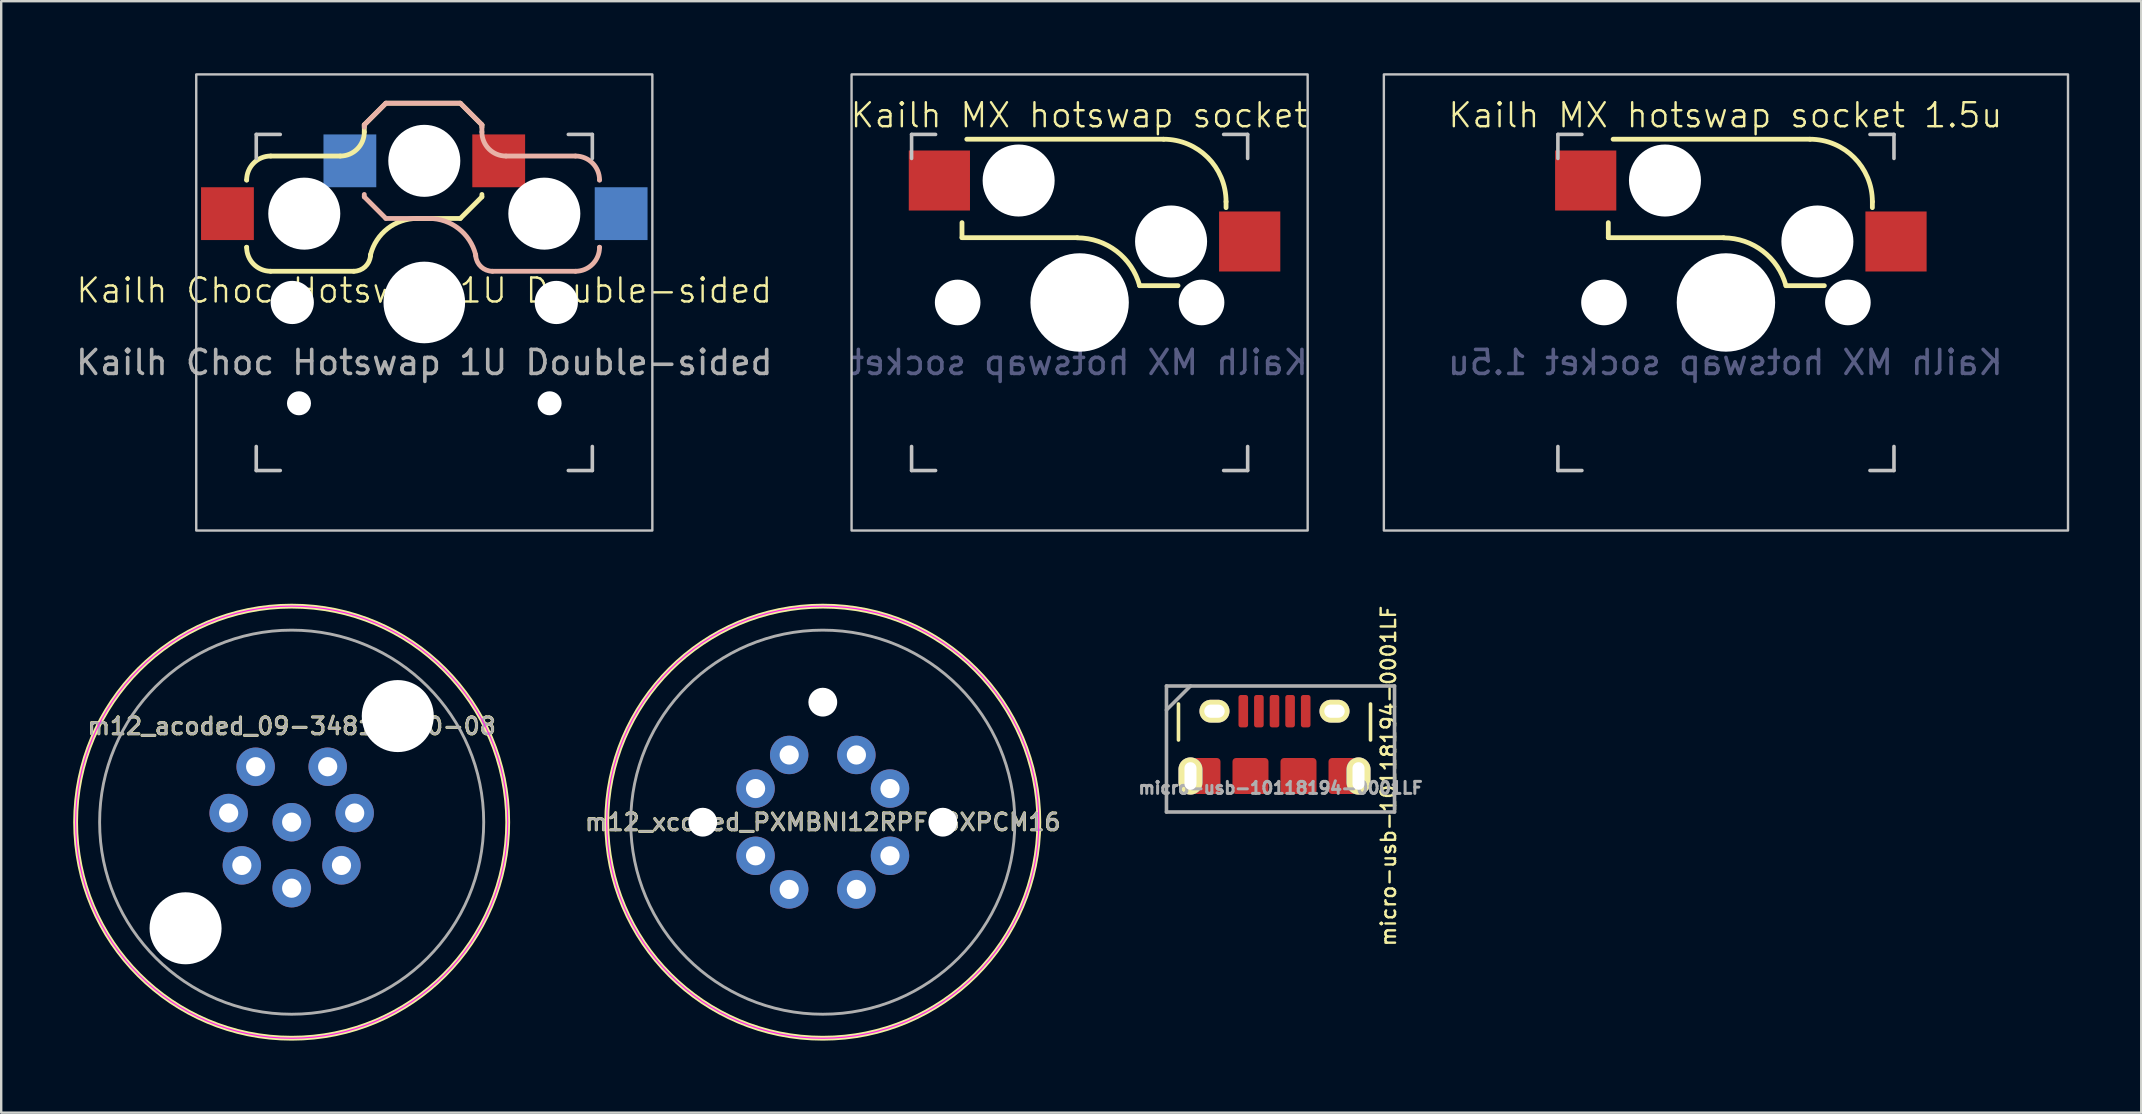
<source format=kicad_pcb>
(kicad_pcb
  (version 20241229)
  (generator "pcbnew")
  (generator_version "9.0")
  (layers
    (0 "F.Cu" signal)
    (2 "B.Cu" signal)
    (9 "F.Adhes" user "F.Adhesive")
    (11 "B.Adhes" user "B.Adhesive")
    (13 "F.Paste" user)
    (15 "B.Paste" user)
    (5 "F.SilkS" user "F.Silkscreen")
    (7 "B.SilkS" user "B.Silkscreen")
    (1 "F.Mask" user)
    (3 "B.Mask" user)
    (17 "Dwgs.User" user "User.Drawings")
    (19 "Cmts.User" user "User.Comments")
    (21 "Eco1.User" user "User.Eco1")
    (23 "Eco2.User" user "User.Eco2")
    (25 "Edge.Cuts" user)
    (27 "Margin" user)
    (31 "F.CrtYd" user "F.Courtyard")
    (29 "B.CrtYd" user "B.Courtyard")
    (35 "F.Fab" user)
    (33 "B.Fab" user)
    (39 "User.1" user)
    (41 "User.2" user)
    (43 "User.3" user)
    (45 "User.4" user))
  (footprint "Kailh Choc Hotswap 1U Double-sided"
    (layer "F.Cu")
    (at 14.625 9.55)
    (property "Reference" "Kailh Choc Hotswap 1U Double-sided" (at 0 -0.5 0) (unlocked yes) (layer "F.SilkS") (effects (font (size 1 1) (thickness 0.1))))
    (attr smd)
    (fp_line (start -7.4 -5.1) (end -7.4 -5.1) (stroke (width 0.2) (type default)) (layer "F.SilkS"))
    (fp_line (start -7.4 -2.3) (end -7.4 -2.3) (stroke (width 0.2) (type default)) (layer "F.SilkS"))
    (fp_line (start -6.4 -1.3) (end -2.941 -1.3) (stroke (width 0.2) (type default)) (layer "F.SilkS"))
    (fp_line (start -3.5 -6.1) (end -6.4 -6.1) (stroke (width 0.2) (type default)) (layer "F.SilkS"))
    (fp_line (start -2.5 -7.4) (end -2.5 -7.1) (stroke (width 0.2) (type default)) (layer "F.SilkS"))
    (fp_line (start -2.244 -1.938) (end -2.239 -1.99) (stroke (width 0.2) (type default)) (layer "F.SilkS"))
    (fp_line (start -1.6 -8.3) (end -2.5 -7.4) (stroke (width 0.2) (type default)) (layer "F.SilkS"))
    (fp_line (start -0.3 -3.5) (end 1.5 -3.5) (stroke (width 0.2) (type default)) (layer "F.SilkS"))
    (fp_line (start 1.5 -8.3) (end -1.6 -8.3) (stroke (width 0.2) (type default)) (layer "F.SilkS"))
    (fp_line (start 1.5 -3.5) (end 2.4 -4.4) (stroke (width 0.2) (type default)) (layer "F.SilkS"))
    (fp_line (start 2.4 -7.4) (end 1.5 -8.3) (stroke (width 0.2) (type default)) (layer "F.SilkS"))
    (fp_line (start 2.4 -7.3) (end 2.4 -7.4) (stroke (width 0.2) (type default)) (layer "F.SilkS"))
    (fp_line (start 2.4 -4.4) (end 2.4 -4.5) (stroke (width 0.2) (type default)) (layer "F.SilkS"))
    (fp_arc (start -7.4 -5.1) (mid -7.107107 -5.807107) (end -6.4 -6.1) (stroke (width 0.2) (type default)) (layer "F.SilkS"))
    (fp_arc (start -6.4 -1.3) (mid -7.107107 -1.592893) (end -7.4 -2.3) (stroke (width 0.2) (type default)) (layer "F.SilkS"))
    (fp_arc (start -2.5 -7.1) (mid -2.792893 -6.392893) (end -3.5 -6.1) (stroke (width 0.2) (type default)) (layer "F.SilkS"))
    (fp_arc (start -2.24358 -1.938374) (mid -2.468177 -1.483697) (end -2.940862 -1.3) (stroke (width 0.2) (type default)) (layer "F.SilkS"))
    (fp_arc (start -2.239002 -1.990174) (mid -1.52875 -3.078029) (end -0.3 -3.5) (stroke (width 0.2) (type default)) (layer "F.SilkS"))
    (fp_line (start -2.5 -7.4) (end -1.6 -8.3) (stroke (width 0.2) (type default)) (layer "B.SilkS"))
    (fp_line (start -2.5 -7.3) (end -2.5 -7.4) (stroke (width 0.2) (type default)) (layer "B.SilkS"))
    (fp_line (start -2.5 -4.4) (end -2.5 -4.5) (stroke (width 0.2) (type default)) (layer "B.SilkS"))
    (fp_line (start -1.6 -8.3) (end 1.5 -8.3) (stroke (width 0.2) (type default)) (layer "B.SilkS"))
    (fp_line (start -1.6 -3.5) (end -2.5 -4.4) (stroke (width 0.2) (type default)) (layer "B.SilkS"))
    (fp_line (start 0.2 -3.5) (end -1.6 -3.5) (stroke (width 0.2) (type default)) (layer "B.SilkS"))
    (fp_line (start 1.5 -8.3) (end 2.4 -7.4) (stroke (width 0.2) (type default)) (layer "B.SilkS"))
    (fp_line (start 2.144 -1.938) (end 2.139 -1.99) (stroke (width 0.2) (type default)) (layer "B.SilkS"))
    (fp_line (start 2.4 -7.4) (end 2.4 -7.1) (stroke (width 0.2) (type default)) (layer "B.SilkS"))
    (fp_line (start 3.4 -6.1) (end 6.3 -6.1) (stroke (width 0.2) (type default)) (layer "B.SilkS"))
    (fp_line (start 6.3 -1.3) (end 2.841 -1.3) (stroke (width 0.2) (type default)) (layer "B.SilkS"))
    (fp_line (start 7.3 -5.1) (end 7.3 -5.1) (stroke (width 0.2) (type default)) (layer "B.SilkS"))
    (fp_line (start 7.3 -2.3) (end 7.3 -2.3) (stroke (width 0.2) (type default)) (layer "B.SilkS"))
    (fp_arc (start 0.2 -3.5) (mid 1.42875 -3.078029) (end 2.139002 -1.990174) (stroke (width 0.2) (type default)) (layer "B.SilkS"))
    (fp_arc (start 2.840862 -1.3) (mid 2.368177 -1.483697) (end 2.14358 -1.938374) (stroke (width 0.2) (type default)) (layer "B.SilkS"))
    (fp_arc (start 3.4 -6.1) (mid 2.692893 -6.392893) (end 2.4 -7.1) (stroke (width 0.2) (type default)) (layer "B.SilkS"))
    (fp_arc (start 6.3 -6.1) (mid 7.007107 -5.807107) (end 7.3 -5.1) (stroke (width 0.2) (type default)) (layer "B.SilkS"))
    (fp_arc (start 7.3 -2.3) (mid 7.007107 -1.592893) (end 6.3 -1.3) (stroke (width 0.2) (type default)) (layer "B.SilkS"))
    (fp_line (start -7 -7) (end -7 -6) (stroke (width 0.15) (type solid)) (layer "Dwgs.User"))
    (fp_line (start -7 6) (end -7 7) (stroke (width 0.15) (type solid)) (layer "Dwgs.User"))
    (fp_line (start -7 7) (end -6 7) (stroke (width 0.15) (type solid)) (layer "Dwgs.User"))
    (fp_line (start -6 -7) (end -7 -7) (stroke (width 0.15) (type solid)) (layer "Dwgs.User"))
    (fp_line (start 6 -7) (end 7 -7) (stroke (width 0.15) (type solid)) (layer "Dwgs.User"))
    (fp_line (start 7 -7) (end 7 -6) (stroke (width 0.15) (type solid)) (layer "Dwgs.User"))
    (fp_line (start 7 6) (end 7 7) (stroke (width 0.15) (type solid)) (layer "Dwgs.User"))
    (fp_line (start 7 7) (end 6 7) (stroke (width 0.15) (type solid)) (layer "Dwgs.User"))
    (fp_rect (start -9.5 -9.5) (end 9.5 9.5) (stroke (width 0.1) (type default)) (fill no) (layer "Dwgs.User"))
    (fp_text user "${REFERENCE}" (at 0 2.5 0) (unlocked yes) (layer "F.Fab") (effects (font (size 1 1) (thickness 0.15))))
    (pad "" np_thru_hole circle (at -5.5 0 270) (size 1.8 1.8) (drill 1.8) (layers "*.Cu" "*.Mask"))
    (pad "" np_thru_hole circle (at -5.22 4.2) (size 1 1) (drill 1) (layers "*.Cu" "*.Mask"))
    (pad "" np_thru_hole circle (at -5 -3.7 90) (size 3 3) (drill 3) (layers "*.Cu" "*.Mask"))
    (pad "" np_thru_hole circle (at 0 -5.9 270) (size 3 3) (drill 3) (layers "*.Cu" "*.Mask"))
    (pad "" np_thru_hole circle (at 0 0 270) (size 3.4 3.4) (drill 3.4) (layers "*.Cu" "*.Mask"))
    (pad "" np_thru_hole circle (at 5 -3.7 270) (size 3 3) (drill 3) (layers "*.Cu" "*.Mask"))
    (pad "" np_thru_hole circle (at 5.22 4.2) (size 1 1) (drill 1) (layers "*.Cu" "*.Mask"))
    (pad "" np_thru_hole circle (at 5.5 0 270) (size 1.8 1.8) (drill 1.8) (layers "*.Cu" "*.Mask"))
    (pad "1" smd rect (at -8.2 -3.7) (size 2.2 2.2) (layers "F.Cu" "F.Mask" "F.Paste"))
    (pad "1" smd rect (at 8.2 -3.7) (size 2.2 2.2) (layers "B.Cu" "B.Mask" "B.Paste"))
    (pad "2" smd rect (at -3.1 -5.9) (size 2.2 2.2) (layers "B.Cu" "B.Mask" "B.Paste"))
    (pad "2" smd rect (at 3.1 -5.9) (size 2.2 2.2) (layers "F.Cu" "F.Mask" "F.Paste")))
  (footprint "m12_xcoded_PXMBNI12RPF08XPCM16"
    (layer "F.Cu")
    (at 31.225 31.2)
    (property "Reference" "m12_xcoded_PXMBNI12RPF08XPCM16" (at 0 0 0) (layer "F.SilkS") (effects (font (size 0.7 0.7) (thickness 0.13))))
    (property "Value" "${VALUE}" (at 0 4 0) (layer "F.Fab") (hide yes) (effects (font (size 0.5 0.5) (thickness 0.07))))
    (attr through_hole)
    (fp_circle (center 0 0) (end 9 0) (stroke (width 0.2) (type solid)) (fill no) (layer "F.SilkS"))
    (fp_circle (center 0 0) (end 9 0) (stroke (width 0.05) (type solid)) (fill no) (layer "F.CrtYd"))
    (fp_circle (center 0 0) (end 8 0) (stroke (width 0.12) (type solid)) (fill no) (layer "F.Fab"))
    (fp_text user "${REFERENCE}" (at 0 0 0) (layer "F.Fab") (effects (font (size 0.7 0.7) (thickness 0.1))))
    (pad "" np_thru_hole circle (at -5 0) (size 1.2 1.2) (drill 1.2) (layers "*.Cu" "*.Mask"))
    (pad "" np_thru_hole circle (at 0 -5) (size 1.2 1.2) (drill 1.2) (layers "*.Cu" "*.Mask"))
    (pad "" np_thru_hole circle (at 5 0) (size 1.2 1.2) (drill 1.2) (layers "*.Cu" "*.Mask"))
    (pad "1" thru_hole circle (at 1.4 -2.8 270) (size 1.6 1.6) (drill 0.8) (layers "*.Cu" "*.Mask"))
    (pad "2" thru_hole circle (at 2.8 -1.4 270) (size 1.6 1.6) (drill 0.8) (layers "*.Cu" "*.Mask"))
    (pad "3" thru_hole circle (at 2.8 1.4 270) (size 1.6 1.6) (drill 0.8) (layers "*.Cu" "*.Mask"))
    (pad "4" thru_hole circle (at 1.4 2.8 270) (size 1.6 1.6) (drill 0.8) (layers "*.Cu" "*.Mask"))
    (pad "5" thru_hole circle (at -1.4 2.8 270) (size 1.6 1.6) (drill 0.8) (layers "*.Cu" "*.Mask"))
    (pad "6" thru_hole circle (at -2.8 1.4 270) (size 1.6 1.6) (drill 0.8) (layers "*.Cu" "*.Mask"))
    (pad "7" thru_hole circle (at -2.8 -1.4 270) (size 1.6 1.6) (drill 0.8) (layers "*.Cu" "*.Mask"))
    (pad "8" thru_hole circle (at -1.4 -2.8 270) (size 1.6 1.6) (drill 0.8) (layers "*.Cu" "*.Mask")))
  (footprint "m12_acoded_09-3481-500-08"
    (layer "F.Cu")
    (at 9.1 31.2)
    (property "Reference" "m12_acoded_09-3481-500-08" (at 0 -4 0) (layer "F.SilkS") (effects (font (size 0.7 0.7) (thickness 0.13))))
    (property "Value" "${VALUE}" (at 0 4 0) (layer "F.Fab") (hide yes) (effects (font (size 0.5 0.5) (thickness 0.07))))
    (attr through_hole)
    (fp_circle (center 0 0) (end 9 0) (stroke (width 0.2) (type solid)) (fill no) (layer "F.SilkS"))
    (fp_circle (center 0 0) (end 9 0) (stroke (width 0.05) (type solid)) (fill no) (layer "F.CrtYd"))
    (fp_circle (center 0 0) (end 8 0) (stroke (width 0.12) (type solid)) (fill no) (layer "F.Fab"))
    (fp_text user "${REFERENCE}" (at 0 -4 0) (layer "F.Fab") (effects (font (size 0.7 0.7) (thickness 0.1))))
    (pad "" np_thru_hole circle (at -4.42 4.42 270) (size 3 3) (drill 3) (layers "*.Cu" "*.Mask"))
    (pad "" np_thru_hole circle (at 4.42 -4.42 270) (size 3 3) (drill 3) (layers "*.Cu" "*.Mask"))
    (pad "1" thru_hole circle (at 1.5 -2.31 270) (size 1.6 1.6) (drill 0.8) (layers "*.Cu" "*.Mask"))
    (pad "2" thru_hole circle (at -1.5 -2.31 270) (size 1.6 1.6) (drill 0.8) (layers "*.Cu" "*.Mask"))
    (pad "3" thru_hole circle (at -2.625 -0.38 270) (size 1.6 1.6) (drill 0.8) (layers "*.Cu" "*.Mask"))
    (pad "4" thru_hole circle (at -2.075 1.8 270) (size 1.6 1.6) (drill 0.8) (layers "*.Cu" "*.Mask"))
    (pad "5" thru_hole circle (at 0 2.75 270) (size 1.6 1.6) (drill 0.8) (layers "*.Cu" "*.Mask"))
    (pad "6" thru_hole circle (at 2.075 1.8 270) (size 1.6 1.6) (drill 0.8) (layers "*.Cu" "*.Mask"))
    (pad "7" thru_hole circle (at 2.625 -0.38 270) (size 1.6 1.6) (drill 0.8) (layers "*.Cu" "*.Mask"))
    (pad "8" thru_hole circle (at 0 0 270) (size 1.6 1.6) (drill 0.8) (layers "*.Cu" "*.Mask")))
  (footprint "Kailh MX hotswap socket"
    (layer "F.Cu")
    (at 41.924 9.55)
    (property "Reference" "Kailh MX hotswap socket" (at -0.025 -7.8 0) (unlocked yes) (layer "F.SilkS") (effects (font (size 1 1) (thickness 0.1))))
    (attr smd)
    (fp_line (start -4.9 -2.7) (end -4.9 -3.325) (stroke (width 0.2) (type solid)) (layer "F.SilkS"))
    (fp_line (start -4.7 -6.8) (end 3.5 -6.8) (stroke (width 0.2) (type solid)) (layer "F.SilkS"))
    (fp_line (start -0.1 -2.7) (end -4.9 -2.7) (stroke (width 0.2) (type solid)) (layer "F.SilkS"))
    (fp_line (start 4.1 -0.7) (end 2.5 -0.7) (stroke (width 0.2) (type solid)) (layer "F.SilkS"))
    (fp_line (start 6.1 -4.2) (end 6.1 -3.95) (stroke (width 0.2) (type solid)) (layer "F.SilkS"))
    (fp_arc (start -0.1 -2.692583) (mid 1.537863 -2.137149) (end 2.499999 -0.7) (stroke (width 0.2) (type default)) (layer "F.SilkS"))
    (fp_arc (start 3.5 -6.8) (mid 5.338478 -6.038478) (end 6.1 -4.2) (stroke (width 0.2) (type default)) (layer "F.SilkS"))
    (fp_line (start -7 -7) (end -7 -6) (stroke (width 0.15) (type solid)) (layer "Dwgs.User"))
    (fp_line (start -7 -7) (end -6 -7) (stroke (width 0.15) (type solid)) (layer "Dwgs.User"))
    (fp_line (start -7 7) (end -7 6) (stroke (width 0.15) (type solid)) (layer "Dwgs.User"))
    (fp_line (start -6 7) (end -7 7) (stroke (width 0.15) (type solid)) (layer "Dwgs.User"))
    (fp_line (start 7 -7) (end 6 -7) (stroke (width 0.15) (type solid)) (layer "Dwgs.User"))
    (fp_line (start 7 -6) (end 7 -7) (stroke (width 0.15) (type solid)) (layer "Dwgs.User"))
    (fp_line (start 7 6) (end 7 7) (stroke (width 0.15) (type solid)) (layer "Dwgs.User"))
    (fp_line (start 7 7) (end 6 7) (stroke (width 0.15) (type solid)) (layer "Dwgs.User"))
    (fp_rect (start -9.5 -9.5) (end 9.5 9.5) (stroke (width 0.1) (type default)) (fill no) (layer "Dwgs.User"))
    (fp_text user "${REFERENCE}" (at -0.025 2.5 0) (unlocked yes) (layer "B.Fab") (effects (font (size 1 1) (thickness 0.15)) (justify mirror)))
    (pad "" np_thru_hole circle (at -5.08 0) (size 1.9 1.9) (drill 1.9) (layers "*.Cu" "*.Mask"))
    (pad "" np_thru_hole circle (at -2.54 -5.08) (size 3 3) (drill 3) (layers "*.Cu" "*.Mask"))
    (pad "" np_thru_hole circle (at 0 0 270) (size 4.1 4.1) (drill 4.1) (layers "*.Cu" "*.Mask"))
    (pad "" np_thru_hole circle (at 3.81 -2.54) (size 3 3) (drill 3) (layers "*.Cu" "*.Mask"))
    (pad "" np_thru_hole circle (at 5.08 0) (size 1.9 1.9) (drill 1.9) (layers "*.Cu" "*.Mask"))
    (pad "1" smd rect (at 7.085 -2.54 180) (size 2.55 2.5) (layers "F.Cu" "F.Mask" "F.Paste"))
    (pad "2" smd rect (at -5.842 -5.08 180) (size 2.55 2.5) (layers "F.Cu" "F.Mask" "F.Paste")))
  (footprint "Kailh MX hotswap socket 1.5u"
    (layer "F.Cu")
    (at 68.848 9.55)
    (property "Reference" "Kailh MX hotswap socket 1.5u" (at -0.025 -7.8 0) (unlocked yes) (layer "F.SilkS") (effects (font (size 1 1) (thickness 0.1))))
    (attr smd)
    (fp_line (start -4.9 -2.7) (end -4.9 -3.325) (stroke (width 0.2) (type solid)) (layer "F.SilkS"))
    (fp_line (start -4.7 -6.8) (end 3.5 -6.8) (stroke (width 0.2) (type solid)) (layer "F.SilkS"))
    (fp_line (start -0.1 -2.7) (end -4.9 -2.7) (stroke (width 0.2) (type solid)) (layer "F.SilkS"))
    (fp_line (start 4.1 -0.7) (end 2.5 -0.7) (stroke (width 0.2) (type solid)) (layer "F.SilkS"))
    (fp_line (start 6.1 -4.2) (end 6.1 -3.95) (stroke (width 0.2) (type solid)) (layer "F.SilkS"))
    (fp_arc (start -0.1 -2.692583) (mid 1.537863 -2.137149) (end 2.499999 -0.7) (stroke (width 0.2) (type default)) (layer "F.SilkS"))
    (fp_arc (start 3.5 -6.8) (mid 5.338478 -6.038478) (end 6.1 -4.2) (stroke (width 0.2) (type default)) (layer "F.SilkS"))
    (fp_line (start -7 -7) (end -7 -6) (stroke (width 0.15) (type solid)) (layer "Dwgs.User"))
    (fp_line (start -7 -7) (end -6 -7) (stroke (width 0.15) (type solid)) (layer "Dwgs.User"))
    (fp_line (start -7 7) (end -7 6) (stroke (width 0.15) (type solid)) (layer "Dwgs.User"))
    (fp_line (start -6 7) (end -7 7) (stroke (width 0.15) (type solid)) (layer "Dwgs.User"))
    (fp_line (start 7 -7) (end 6 -7) (stroke (width 0.15) (type solid)) (layer "Dwgs.User"))
    (fp_line (start 7 -6) (end 7 -7) (stroke (width 0.15) (type solid)) (layer "Dwgs.User"))
    (fp_line (start 7 6) (end 7 7) (stroke (width 0.15) (type solid)) (layer "Dwgs.User"))
    (fp_line (start 7 7) (end 6 7) (stroke (width 0.15) (type solid)) (layer "Dwgs.User"))
    (fp_rect (start -14.25 -9.5) (end 14.25 9.5) (stroke (width 0.1) (type default)) (fill no) (layer "Dwgs.User"))
    (fp_text user "${REFERENCE}" (at -0.025 2.5 0) (unlocked yes) (layer "B.Fab") (effects (font (size 1 1) (thickness 0.15)) (justify mirror)))
    (pad "" np_thru_hole circle (at -5.08 0) (size 1.9 1.9) (drill 1.9) (layers "*.Cu" "*.Mask"))
    (pad "" np_thru_hole circle (at -2.54 -5.08) (size 3 3) (drill 3) (layers "*.Cu" "*.Mask"))
    (pad "" np_thru_hole circle (at 0 0 270) (size 4.1 4.1) (drill 4.1) (layers "*.Cu" "*.Mask"))
    (pad "" np_thru_hole circle (at 3.81 -2.54) (size 3 3) (drill 3) (layers "*.Cu" "*.Mask"))
    (pad "" np_thru_hole circle (at 5.08 0) (size 1.9 1.9) (drill 1.9) (layers "*.Cu" "*.Mask"))
    (pad "1" smd rect (at 7.085 -2.54 180) (size 2.55 2.5) (layers "F.Cu" "F.Mask" "F.Paste"))
    (pad "2" smd rect (at -5.842 -5.08 180) (size 2.55 2.5) (layers "F.Cu" "F.Mask" "F.Paste")))
  (footprint "micro-usb-10118194-0001LF"
    (layer "F.Cu")
    (at 50.042 29.276)
    (property "Reference" "micro-usb-10118194-0001LF" (at 4.75 0 90) (layer "F.SilkS") (effects (font (size 0.6 0.6) (thickness 0.1))))
    (attr through_hole)
    (fp_line (start -4 -3) (end -4 -1.5) (stroke (width 0.15) (type solid)) (layer "F.SilkS"))
    (fp_line (start 4 -3) (end 4 -1.5) (stroke (width 0.15) (type solid)) (layer "F.SilkS"))
    (fp_line (start 4.5 1.45) (end -4 1.45) (stroke (width 0.1) (type solid)) (layer "Eco1.User"))
    (fp_line (start -4.5 -3.75) (end -4.5 1.5) (stroke (width 0.15) (type solid)) (layer "F.Fab"))
    (fp_line (start -4.5 -2.75) (end -3.5 -3.75) (stroke (width 0.15) (type solid)) (layer "F.Fab"))
    (fp_line (start -4.5 1.5) (end 5 1.5) (stroke (width 0.15) (type solid)) (layer "F.Fab"))
    (fp_line (start 5 -3.75) (end -4.5 -3.75) (stroke (width 0.15) (type solid)) (layer "F.Fab"))
    (fp_line (start 5 1.5) (end 5 -3.75) (stroke (width 0.15) (type solid)) (layer "F.Fab"))
    (fp_text user "pcb-edge" (at 0.5 2 0) (layer "Eco1.User") (effects (font (size 1 1) (thickness 0.15))))
    (fp_text user "${REFERENCE}" (at 0.25 0.5 0) (layer "F.Fab") (effects (font (size 0.5 0.5) (thickness 0.125))))
    (pad "1" smd roundrect (at -1.3 -2.7) (size 0.4 1.35) (layers "F.Cu" "F.Mask" "F.Paste") (roundrect_rratio 0.25))
    (pad "2" smd roundrect (at -0.65 -2.7) (size 0.4 1.35) (layers "F.Cu" "F.Mask" "F.Paste") (roundrect_rratio 0.25))
    (pad "3" smd roundrect (at 0 -2.7) (size 0.4 1.35) (layers "F.Cu" "F.Mask" "F.Paste") (roundrect_rratio 0.25))
    (pad "4" smd roundrect (at 0.65 -2.7) (size 0.4 1.35) (layers "F.Cu" "F.Mask" "F.Paste") (roundrect_rratio 0.25))
    (pad "5" smd roundrect (at 1.3 -2.7) (size 0.4 1.35) (layers "F.Cu" "F.Mask" "F.Paste") (roundrect_rratio 0.25))
    (pad "6" thru_hole oval (at -3.5 0) (size 1 1.55) (drill oval 0.5 1.15) (layers "*.Cu" "*.Mask" "F.SilkS"))
    (pad "6" smd roundrect (at -3 0) (size 1.5 1.5) (layers "F.Cu" "F.Mask" "F.Paste") (roundrect_rratio 0.1))
    (pad "6" thru_hole oval (at -2.5 -2.7) (size 1.25 0.95) (drill oval 0.85 0.55) (layers "*.Cu" "*.Mask" "F.SilkS"))
    (pad "6" smd roundrect (at -1 0) (size 1.5 1.5) (layers "F.Cu" "F.Mask" "F.Paste") (roundrect_rratio 0.1))
    (pad "6" smd roundrect (at 1 0) (size 1.5 1.5) (layers "F.Cu" "F.Mask" "F.Paste") (roundrect_rratio 0.1))
    (pad "6" thru_hole oval (at 2.5 -2.7) (size 1.25 0.95) (drill oval 0.85 0.55) (layers "*.Cu" "*.Mask" "F.SilkS"))
    (pad "6" smd roundrect (at 3 0) (size 1.5 1.5) (layers "F.Cu" "F.Mask" "F.Paste") (roundrect_rratio 0.1))
    (pad "6" thru_hole oval (at 3.5 0) (size 1 1.55) (drill oval 0.5 1.15) (layers "*.Cu" "*.Mask" "F.SilkS")))
  (gr_rect
    (start -3 -3)
    (end 86.148 43.3)
    (stroke (width 0.1) (type default))
    (fill no)
    (layer "Edge.Cuts")))
</source>
